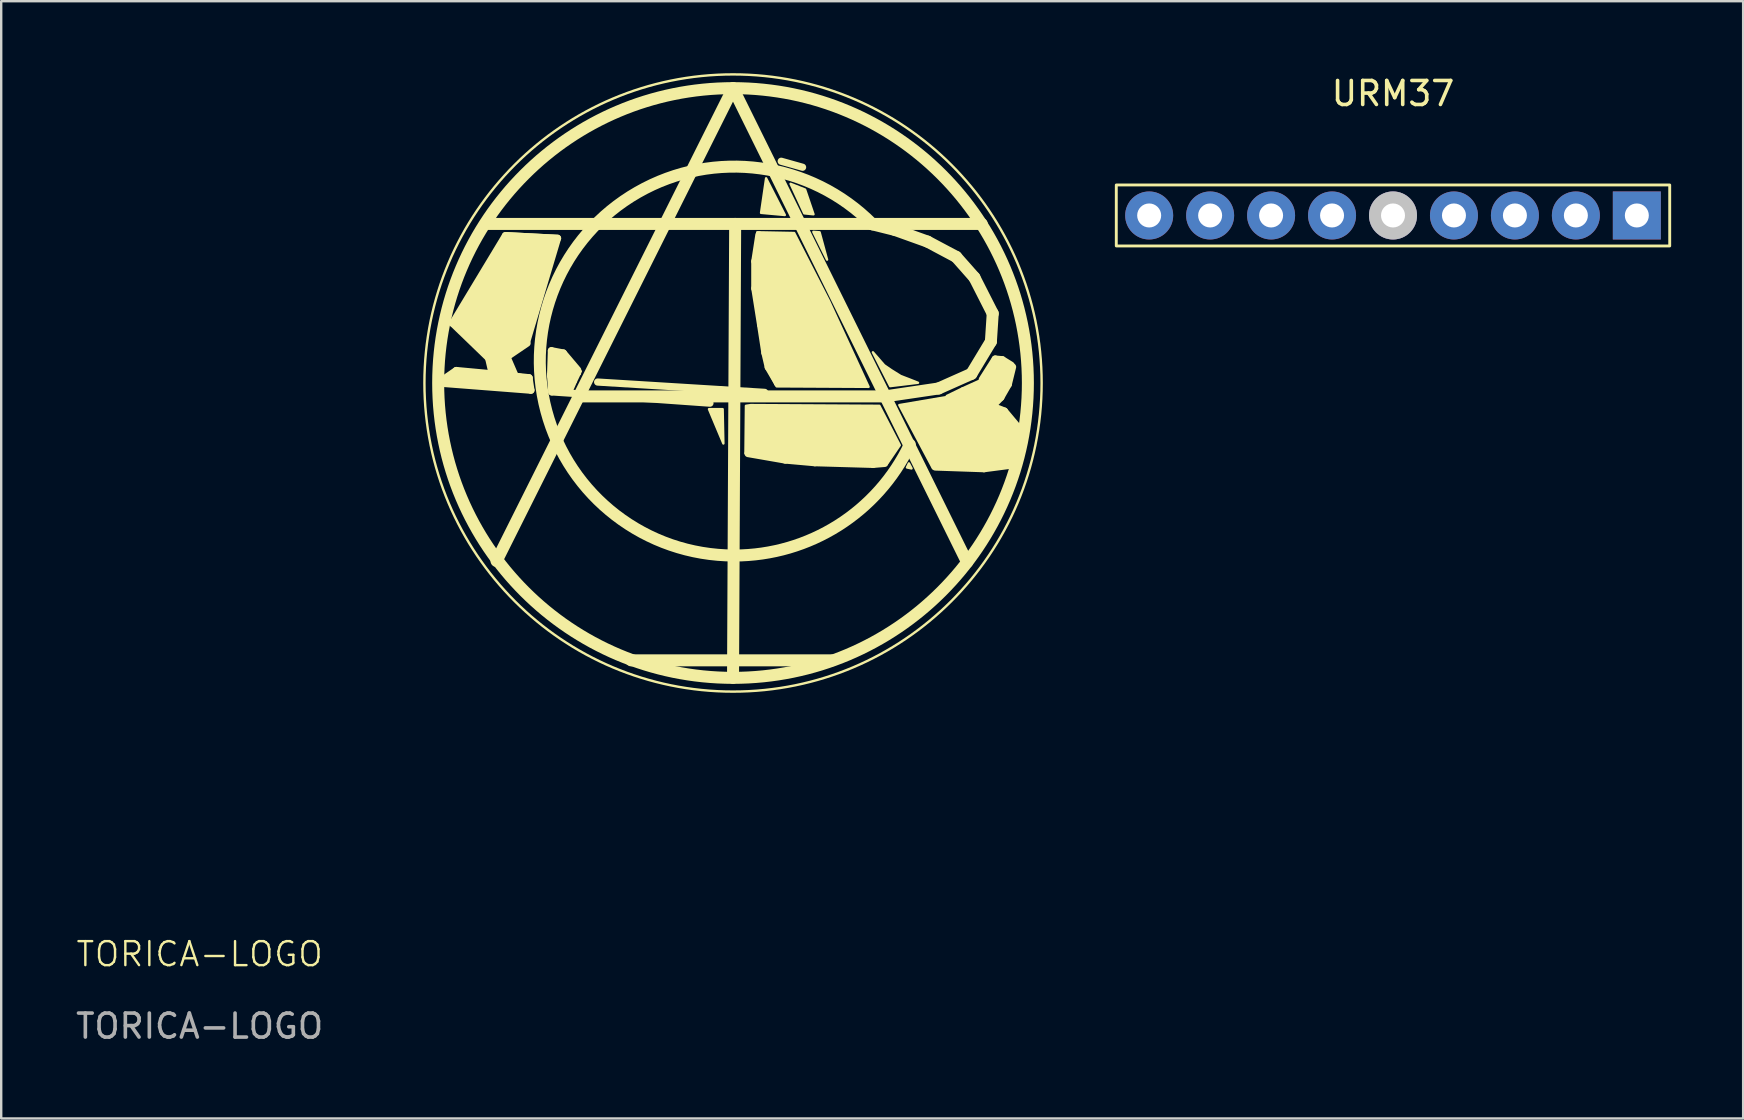
<source format=kicad_pcb>
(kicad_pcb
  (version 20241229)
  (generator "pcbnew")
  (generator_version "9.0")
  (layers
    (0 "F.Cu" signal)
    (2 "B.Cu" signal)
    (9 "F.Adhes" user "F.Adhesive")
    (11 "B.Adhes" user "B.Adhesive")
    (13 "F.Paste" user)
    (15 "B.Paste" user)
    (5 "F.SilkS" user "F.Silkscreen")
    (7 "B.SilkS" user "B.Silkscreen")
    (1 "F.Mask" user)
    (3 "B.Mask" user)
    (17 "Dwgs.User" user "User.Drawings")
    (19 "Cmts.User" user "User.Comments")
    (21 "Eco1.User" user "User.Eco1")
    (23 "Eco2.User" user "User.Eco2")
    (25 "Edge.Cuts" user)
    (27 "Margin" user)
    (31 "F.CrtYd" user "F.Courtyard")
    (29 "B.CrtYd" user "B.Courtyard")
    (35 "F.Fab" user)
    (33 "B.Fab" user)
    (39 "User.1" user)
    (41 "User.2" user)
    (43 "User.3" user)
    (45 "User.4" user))
  (footprint "TORICA-LOGO"
    (layer "F.Cu")
    (at 5.268 37.207)
    (property "Reference" "TORICA-LOGO" (at 0 -0.5 0) (unlocked yes) (layer "F.SilkS") (effects (font (size 1 1) (thickness 0.1))))
    (fp_line (start 9.941 -24.298) (end 13.804 -23.998) (stroke (width 0.3) (type default)) (layer "F.SilkS"))
    (fp_line (start 10.317 -24.558) (end 9.941 -24.298) (stroke (width 0.1) (type default)) (layer "F.SilkS"))
    (fp_line (start 10.542 -26.787) (end 12.041 -25.339) (stroke (width 0.3) (type default)) (layer "F.SilkS"))
    (fp_line (start 10.694 -24.818) (end 9.941 -24.298) (stroke (width 0.3) (type default)) (layer "F.SilkS"))
    (fp_line (start 12.041 -30.927) (end 32.59 -30.927) (stroke (width 0.5) (type default)) (layer "F.SilkS"))
    (fp_line (start 12.041 -25.339) (end 12.193 -24.679) (stroke (width 0.3) (type default)) (layer "F.SilkS"))
    (fp_line (start 12.193 -24.679) (end 10.694 -24.818) (stroke (width 0.3) (type default)) (layer "F.SilkS"))
    (fp_line (start 12.744 -30.438) (end 10.542 -26.787) (stroke (width 0.3) (type default)) (layer "F.SilkS"))
    (fp_line (start 12.744 -30.438) (end 14.914 -30.328) (stroke (width 0.3) (type default)) (layer "F.SilkS"))
    (fp_line (start 12.804 -25.388) (end 13.154 -24.578) (stroke (width 0.3) (type default)) (layer "F.SilkS"))
    (fp_line (start 13.154 -24.578) (end 13.724 -24.518) (stroke (width 0.3) (type default)) (layer "F.SilkS"))
    (fp_line (start 13.644 -25.958) (end 12.804 -25.388) (stroke (width 0.3) (type default)) (layer "F.SilkS"))
    (fp_line (start 13.724 -24.518) (end 13.804 -23.998) (stroke (width 0.3) (type default)) (layer "F.SilkS"))
    (fp_line (start 14.624 -24.618) (end 14.674 -23.928) (stroke (width 0.3) (type default)) (layer "F.SilkS"))
    (fp_line (start 14.624 -24.618) (end 14.874 -24.398) (stroke (width 0.3) (type default)) (layer "F.SilkS"))
    (fp_line (start 14.659 -25.643) (end 14.624 -24.618) (stroke (width 0.3) (type default)) (layer "F.SilkS"))
    (fp_line (start 14.674 -23.928) (end 21.264 -23.458) (stroke (width 0.3) (type default)) (layer "F.SilkS"))
    (fp_line (start 14.914 -30.328) (end 13.644 -26.068) (stroke (width 0.3) (type default)) (layer "F.SilkS"))
    (fp_line (start 15.154 -25.548) (end 14.659 -25.643) (stroke (width 0.3) (type default)) (layer "F.SilkS"))
    (fp_line (start 15.754 -24.838) (end 15.154 -25.548) (stroke (width 0.3) (type default)) (layer "F.SilkS"))
    (fp_line (start 15.775 -23.739) (end 28.551 -23.739) (stroke (width 0.5) (type default)) (layer "F.SilkS"))
    (fp_line (start 16.584 -24.338) (end 23.544 -23.908) (stroke (width 0.3) (type default)) (layer "F.SilkS"))
    (fp_line (start 17.985 -12.741) (end 26.341 -12.741) (stroke (width 0.5) (type default)) (layer "F.SilkS"))
    (fp_line (start 22.226 -36.583) (end 12.371 -16.881) (stroke (width 0.5) (type default)) (layer "F.SilkS"))
    (fp_line (start 22.226 -36.583) (end 31.98 -16.83) (stroke (width 0.5) (type default)) (layer "F.SilkS"))
    (fp_line (start 22.315 -30.927) (end 22.226 -12.012) (stroke (width 0.5) (type default)) (layer "F.SilkS"))
    (fp_line (start 22.854 -21.358) (end 24.404 -21.088) (stroke (width 0.3) (type default)) (layer "F.SilkS"))
    (fp_line (start 23.134 -29.368) (end 23.304 -30.468) (stroke (width 0.3) (type default)) (layer "F.SilkS"))
    (fp_line (start 23.134 -28.238) (end 23.134 -29.368) (stroke (width 0.3) (type default)) (layer "F.SilkS"))
    (fp_line (start 23.374 -26.728) (end 23.134 -28.238) (stroke (width 0.3) (type default)) (layer "F.SilkS"))
    (fp_line (start 23.554 -25.558) (end 23.374 -26.728) (stroke (width 0.3) (type default)) (layer "F.SilkS"))
    (fp_line (start 23.694 -24.958) (end 23.554 -25.558) (stroke (width 0.3) (type default)) (layer "F.SilkS"))
    (fp_line (start 24.084 -24.288) (end 23.694 -24.958) (stroke (width 0.3) (type default)) (layer "F.SilkS"))
    (fp_line (start 24.084 -24.288) (end 24.084 -24.288) (stroke (width 0.3) (type default)) (layer "F.SilkS"))
    (fp_line (start 24.234 -33.538) (end 25.124 -33.288) (stroke (width 0.3) (type default)) (layer "F.SilkS"))
    (fp_line (start 24.404 -21.088) (end 25.634 -20.978) (stroke (width 0.3) (type default)) (layer "F.SilkS"))
    (fp_line (start 25.634 -20.978) (end 28.064 -20.908) (stroke (width 0.3) (type default)) (layer "F.SilkS"))
    (fp_line (start 28.039 -30.909) (end 28.983 -30.673) (stroke (width 0.5) (type default)) (layer "F.SilkS"))
    (fp_line (start 28.064 -20.908) (end 28.544 -20.948) (stroke (width 0.3) (type default)) (layer "F.SilkS"))
    (fp_line (start 28.983 -30.673) (end 30.329 -30.19) (stroke (width 0.5) (type default)) (layer "F.SilkS"))
    (fp_line (start 30.329 -30.19) (end 31.523 -29.555) (stroke (width 0.5) (type default)) (layer "F.SilkS"))
    (fp_line (start 30.654 -20.798) (end 32.684 -20.728) (stroke (width 0.3) (type default)) (layer "F.SilkS"))
    (fp_line (start 30.786 -24.069) (end 28.551 -23.739) (stroke (width 0.5) (type default)) (layer "F.SilkS"))
    (fp_line (start 31.523 -29.555) (end 32.285 -28.692) (stroke (width 0.5) (type default)) (layer "F.SilkS"))
    (fp_line (start 32.158 -24.679) (end 30.786 -24.069) (stroke (width 0.5) (type default)) (layer "F.SilkS"))
    (fp_line (start 32.285 -28.692) (end 33.047 -27.193) (stroke (width 0.5) (type default)) (layer "F.SilkS"))
    (fp_line (start 32.684 -20.728) (end 34.064 -20.908) (stroke (width 0.3) (type default)) (layer "F.SilkS"))
    (fp_line (start 32.971 -26.025) (end 32.158 -24.679) (stroke (width 0.5) (type default)) (layer "F.SilkS"))
    (fp_line (start 33.047 -27.193) (end 32.971 -26.025) (stroke (width 0.5) (type default)) (layer "F.SilkS"))
    (fp_line (start 33.151 -25.295) (end 32.614 -24.448) (stroke (width 0.3) (type default)) (layer "F.SilkS"))
    (fp_line (start 33.384 -23.698) (end 33.024 -23.328) (stroke (width 0.3) (type default)) (layer "F.SilkS"))
    (fp_line (start 33.444 -25.268) (end 33.151 -25.295) (stroke (width 0.3) (type default)) (layer "F.SilkS"))
    (fp_line (start 33.534 -23.128) (end 32.294 -23.618) (stroke (width 0.3) (type default)) (layer "F.SilkS"))
    (fp_line (start 33.694 -24.238) (end 33.384 -23.698) (stroke (width 0.3) (type default)) (layer "F.SilkS"))
    (fp_line (start 33.809 -25.043) (end 33.444 -25.268) (stroke (width 0.3) (type default)) (layer "F.SilkS"))
    (fp_line (start 33.874 -24.968) (end 33.694 -24.238) (stroke (width 0.3) (type default)) (layer "F.SilkS"))
    (fp_line (start 33.874 -24.968) (end 33.744 -25.118) (stroke (width 0.1) (type default)) (layer "F.SilkS"))
    (fp_line (start 34.094 -22.458) (end 33.534 -23.128) (stroke (width 0.3) (type default)) (layer "F.SilkS"))
    (fp_line (start 34.234 -21.788) (end 34.094 -22.458) (stroke (width 0.3) (type default)) (layer "F.SilkS"))
    (fp_arc (start 22.2772 -17.109719) (mid 14.800457 -28.333742) (end 28.038654 -30.908719) (stroke (width 0.5) (type default)) (layer "F.SilkS"))
    (fp_arc (start 29.593362 -21.730516) (mid 26.603803 -18.361638) (end 22.2772 -17.109719) (stroke (width 0.5) (type default)) (layer "F.SilkS"))
    (fp_circle (center 22.226 -24.298) (end 9.425 -25.517) (stroke (width 0.1) (type default)) (fill no) (layer "F.SilkS"))
    (fp_circle (center 22.226 -24.298) (end 34.512 -24.298) (stroke (width 0.5) (type default)) (fill no) (layer "F.SilkS"))
    (fp_poly (pts (xy 12.193 -24.679) (xy 13.154 -24.578) (xy 12.034 -26.758)) (stroke (width 0.1) (type solid)) (fill yes) (layer "F.SilkS"))
    (fp_poly (pts (xy 21.224 -23.208) (xy 21.794 -23.208) (xy 21.824 -21.778)) (stroke (width 0.1) (type solid)) (fill yes) (layer "F.SilkS"))
    (fp_poly (pts (xy 23.394 -31.388) (xy 24.384 -31.298) (xy 23.604 -32.828)) (stroke (width 0.1) (type solid)) (fill yes) (layer "F.SilkS"))
    (fp_poly (pts (xy 31.134 -23.758) (xy 31.784 -24.073) (xy 32.294 -23.618)) (stroke (width 0.1) (type solid)) (fill yes) (layer "F.SilkS"))
    (fp_poly (pts (xy 14.659 -25.643) (xy 14.644 -24.508) (xy 15.844 -24.678) (xy 15.154 -25.548)) (stroke (width 0.1) (type solid)) (fill yes) (layer "F.SilkS"))
    (fp_poly (pts (xy 14.764 -24.048) (xy 14.744 -24.398) (xy 15.674 -24.348) (xy 15.494 -23.938)) (stroke (width 0.1) (type solid)) (fill yes) (layer "F.SilkS"))
    (fp_poly (pts (xy 14.944 -24.298) (xy 15.674 -24.348) (xy 15.884 -24.788) (xy 15.004 -24.688)) (stroke (width 0.1) (type solid)) (fill yes) (layer "F.SilkS"))
    (fp_poly (pts (xy 24.624 -32.598) (xy 25.194 -31.368) (xy 25.579 -31.328) (xy 25.229 -32.358)) (stroke (width 0.1) (type solid)) (fill yes) (layer "F.SilkS"))
    (fp_poly (pts (xy 25.574 -30.588) (xy 26.144 -29.438) (xy 25.834 -30.578) (xy 25.574 -30.598)) (stroke (width 0.1) (type solid)) (fill yes) (layer "F.SilkS"))
    (fp_poly (pts (xy 29.554 -20.948) (xy 29.474 -20.778) (xy 29.664 -20.738) (xy 29.644 -20.778)) (stroke (width 0.1) (type solid)) (fill yes) (layer "F.SilkS"))
    (fp_poly (pts (xy 10.694 -24.818) (xy 10.129 -24.428) (xy 13.834 -24.098) (xy 13.824 -24.538) (xy 13.144 -24.688)) (stroke (width 0.1) (type solid)) (fill yes) (layer "F.SilkS"))
    (fp_poly (pts (xy 12.041 -25.339) (xy 10.542 -26.787) (xy 12.804 -30.538) (xy 14.854 -30.428) (xy 13.644 -26.068) (xy 12.804 -25.388)) (stroke (width 0.1) (type solid)) (fill yes) (layer "F.SilkS"))
    (fp_poly (pts (xy 29.154 -23.378) (xy 30.554 -20.748) (xy 34.064 -20.908) (xy 34.094 -22.458) (xy 32.914 -23.373) (xy 31.734 -23.818)) (stroke (width 0.1) (type solid)) (fill yes) (layer "F.SilkS"))
    (fp_poly (pts (xy 22.764 -23.348) (xy 22.744 -21.368) (xy 27.024 -20.948) (xy 28.664 -20.958) (xy 29.174 -21.708) (xy 28.324 -23.348) (xy 22.964 -23.378)) (stroke (width 0.1) (type solid)) (fill yes) (layer "F.SilkS"))
    (fp_poly (pts (xy 24.044 -24.158) (xy 27.874 -24.138) (xy 26.224 -27.718) (xy 24.774 -30.548) (xy 23.234 -30.578) (xy 23.194 -27.483) (xy 23.634 -24.958)) (stroke (width 0.1) (type solid)) (fill yes) (layer "F.SilkS"))
    (fp_poly (pts (xy 28.054 -25.578) (xy 28.524 -25.038) (xy 28.814 -24.838) (xy 29.214 -24.588) (xy 29.554 -24.458) (xy 29.934 -24.308) (xy 28.774 -24.168) (xy 28.094 -25.498)) (stroke (width 0.1) (type solid)) (fill yes) (layer "F.SilkS"))
    (fp_poly (pts (xy 33.151 -25.295) (xy 33.874 -24.968) (xy 33.694 -24.238) (xy 33.384 -23.698) (xy 32.914 -23.373) (xy 32.294 -23.618) (xy 31.784 -24.073) (xy 32.614 -24.448)) (stroke (width 0.1) (type solid)) (fill yes) (layer "F.SilkS"))
    (fp_text user "${REFERENCE}" (at 0 2.5 0) (unlocked yes) (layer "F.Fab") (effects (font (size 1 1) (thickness 0.15)))))
  (footprint "URM37"
    (layer "F.Cu")
    (at 54.994 5.928)
    (property "Reference" "URM37" (at 0 -5.08 0) (unlocked yes) (layer "F.SilkS") (effects (font (size 1 1) (thickness 0.15))))
    (attr smd)
    (fp_rect (start 11.53 1.27) (end -11.53 -1.27) (stroke (width 0.12) (type solid)) (fill no) (layer "F.SilkS"))
    (pad "1" thru_hole rect (at 10.16 0) (size 2 2) (drill 1) (layers "*.Cu" "*.Mask"))
    (pad "2" thru_hole circle (at 7.62 0) (size 2 2) (drill 1) (layers "*.Cu" "*.Mask"))
    (pad "3" thru_hole circle (at 5.08 0) (size 2 2) (drill 1) (layers "*.Cu" "*.Mask"))
    (pad "4" thru_hole circle (at 2.54 0) (size 2 2) (drill 1) (layers "*.Cu" "*.Mask"))
    (pad "5" thru_hole circle (at 0 0) (size 2 2) (drill 1) (layers "*.Cu" "*.Mask" "Dwgs.User"))
    (pad "6" thru_hole circle (at -2.54 0) (size 2 2) (drill 1) (layers "*.Cu" "*.Mask"))
    (pad "7" thru_hole circle (at -5.08 0) (size 2 2) (drill 1) (layers "*.Cu" "*.Mask"))
    (pad "8" thru_hole circle (at -7.62 0) (size 2 2) (drill 1) (layers "*.Cu" "*.Mask"))
    (pad "9" thru_hole circle (at -10.16 0) (size 2 2) (drill 1) (layers "*.Cu" "*.Mask")))
  (gr_rect
    (start -3 -3)
    (end 69.584 43.555)
    (stroke (width 0.1) (type default))
    (fill no)
    (layer "Edge.Cuts")))
</source>
